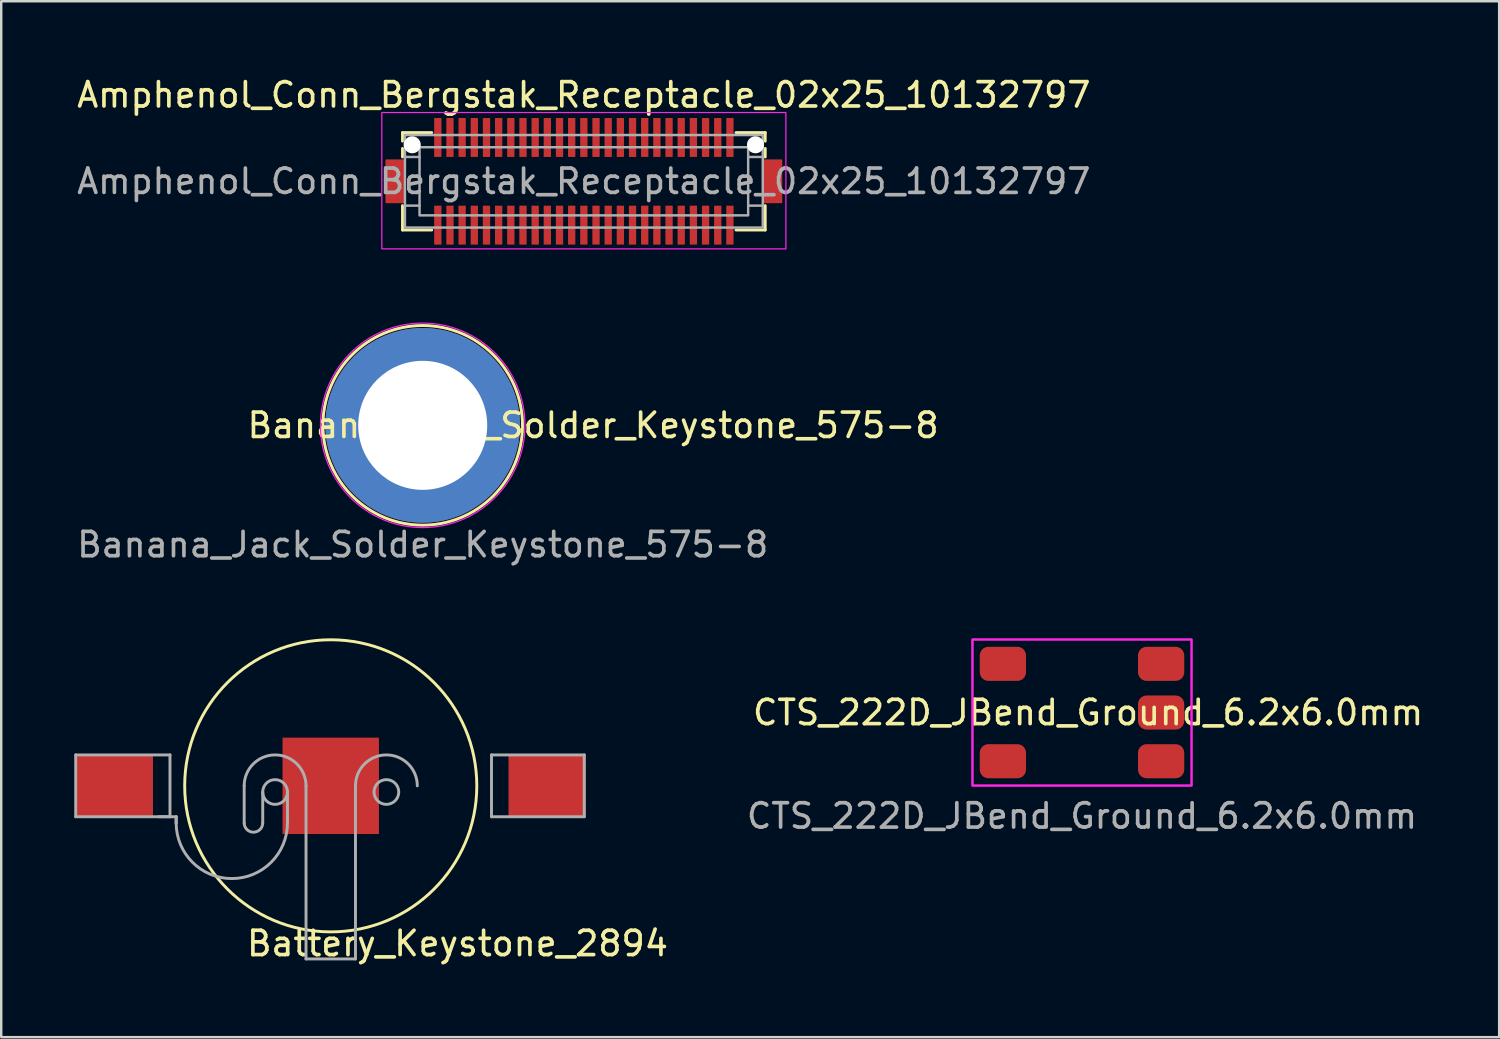
<source format=kicad_pcb>
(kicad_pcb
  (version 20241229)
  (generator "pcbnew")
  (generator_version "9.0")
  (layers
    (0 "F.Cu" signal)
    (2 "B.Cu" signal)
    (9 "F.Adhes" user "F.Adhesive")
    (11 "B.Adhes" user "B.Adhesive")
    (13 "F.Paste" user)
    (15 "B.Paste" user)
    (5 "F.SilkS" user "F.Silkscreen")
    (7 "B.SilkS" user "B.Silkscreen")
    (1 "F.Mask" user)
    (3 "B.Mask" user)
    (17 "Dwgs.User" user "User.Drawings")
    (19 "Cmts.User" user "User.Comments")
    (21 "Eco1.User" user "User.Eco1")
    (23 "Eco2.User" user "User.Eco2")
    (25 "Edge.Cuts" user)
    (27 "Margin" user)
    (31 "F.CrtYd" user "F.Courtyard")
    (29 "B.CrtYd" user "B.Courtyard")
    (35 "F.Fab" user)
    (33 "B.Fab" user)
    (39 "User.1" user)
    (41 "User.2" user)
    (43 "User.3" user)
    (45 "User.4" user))
  (footprint "CTS_222D_JBend_Ground_6.2x6.0mm"
    (layer "F.Cu")
    (at 41.399 26.221)
    (property "Reference" "CTS_222D_JBend_Ground_6.2x6.0mm" (at 0.25 0 0) (unlocked yes) (layer "F.SilkS") (effects (font (size 1 1) (thickness 0.15))))
    (attr smd)
    (fp_rect (start -4.5 -3) (end 4.5 3) (stroke (width 0.1) (type default)) (fill no) (layer "F.CrtYd"))
    (fp_text user "${REFERENCE}" (at 0 4.25 0) (unlocked yes) (layer "F.Fab") (effects (font (size 1 1) (thickness 0.15))))
    (pad "1" smd roundrect (at -3.25 -2) (size 1.9 1.4) (layers "F.Cu" "F.Mask" "F.Paste") (roundrect_rratio 0.25))
    (pad "1" smd roundrect (at 3.25 -2) (size 1.9 1.4) (layers "F.Cu" "F.Mask" "F.Paste") (roundrect_rratio 0.25))
    (pad "2" smd roundrect (at -3.25 2) (size 1.9 1.4) (layers "F.Cu" "F.Mask" "F.Paste") (roundrect_rratio 0.25))
    (pad "2" smd roundrect (at 3.25 2) (size 1.9 1.4) (layers "F.Cu" "F.Mask" "F.Paste") (roundrect_rratio 0.25))
    (pad "3" smd roundrect (at 3.25 0) (size 1.9 1.4) (layers "F.Cu" "F.Mask" "F.Paste") (roundrect_rratio 0.25)))
  (footprint "Battery_Keystone_2894"
    (layer "F.Cu")
    (at 10.537 29.232)
    (property "Reference" "Battery_Keystone_2894" (at 5.207 6.477 0) (layer "F.SilkS") (effects (font (size 1 1) (thickness 0.15))))
    (attr through_hole)
    (fp_circle (center 0 0) (end 6 0) (stroke (width 0.12) (type solid)) (fill no) (layer "F.SilkS"))
    (fp_line (start -10.477 -1.27) (end -6.604 -1.27) (stroke (width 0.12) (type solid)) (layer "F.Fab"))
    (fp_line (start -10.477 1.27) (end -10.477 -1.27) (stroke (width 0.12) (type solid)) (layer "F.Fab"))
    (fp_line (start -7.061 1.27) (end -6.35 1.27) (stroke (width 0.12) (type solid)) (layer "F.Fab"))
    (fp_line (start -6.604 -1.27) (end -6.604 1.27) (stroke (width 0.12) (type solid)) (layer "F.Fab"))
    (fp_line (start -6.604 1.27) (end -10.477 1.27) (stroke (width 0.12) (type solid)) (layer "F.Fab"))
    (fp_line (start -6.35 1.27) (end -6.35 1.524) (stroke (width 0.12) (type solid)) (layer "F.Fab"))
    (fp_line (start -6.35 1.524) (end -6.35 1.27) (stroke (width 0.12) (type solid)) (layer "F.Fab"))
    (fp_line (start -3.556 1.524) (end -3.556 0) (stroke (width 0.12) (type solid)) (layer "F.Fab"))
    (fp_line (start -2.794 1.524) (end -2.794 0.254) (stroke (width 0.12) (type solid)) (layer "F.Fab"))
    (fp_line (start -1.778 1.524) (end -1.778 0.254) (stroke (width 0.12) (type solid)) (layer "F.Fab"))
    (fp_line (start -1.016 7.112) (end -1.016 0) (stroke (width 0.12) (type solid)) (layer "F.Fab"))
    (fp_line (start 1.016 0) (end 1.016 7.112) (stroke (width 0.12) (type solid)) (layer "F.Fab"))
    (fp_line (start 1.016 7.112) (end -1.016 7.112) (stroke (width 0.12) (type solid)) (layer "F.Fab"))
    (fp_line (start 6.604 -1.27) (end 6.604 1.27) (stroke (width 0.12) (type solid)) (layer "F.Fab"))
    (fp_line (start 6.604 -1.27) (end 10.414 -1.27) (stroke (width 0.12) (type solid)) (layer "F.Fab"))
    (fp_line (start 10.414 -1.27) (end 10.414 1.27) (stroke (width 0.12) (type solid)) (layer "F.Fab"))
    (fp_line (start 10.414 1.27) (end 6.604 1.27) (stroke (width 0.12) (type solid)) (layer "F.Fab"))
    (fp_arc (start -3.556 0) (mid -2.286 -1.27) (end -1.016 0) (stroke (width 0.12) (type solid)) (layer "F.Fab"))
    (fp_arc (start -2.794 1.524) (mid -3.175 1.905) (end -3.556 1.524) (stroke (width 0.12) (type solid)) (layer "F.Fab"))
    (fp_arc (start -1.778 1.524) (mid -4.064 3.81) (end -6.35 1.524) (stroke (width 0.12) (type solid)) (layer "F.Fab"))
    (fp_arc (start 1.016 0) (mid 2.286 -1.27) (end 3.556 0) (stroke (width 0.12) (type solid)) (layer "F.Fab"))
    (fp_circle (center -2.286 0.254) (end -2.794 0.254) (stroke (width 0.12) (type solid)) (fill no) (layer "F.Fab"))
    (fp_circle (center 2.286 0.254) (end 2.794 0.254) (stroke (width 0.12) (type solid)) (fill no) (layer "F.Fab"))
    (pad "1" smd rect (at -8.89 0 90) (size 2.54 3.175) (layers "F.Cu" "F.Mask" "F.Paste"))
    (pad "1" smd rect (at 8.89 0 90) (size 2.54 3.175) (layers "F.Cu" "F.Mask" "F.Paste"))
    (pad "2" smd rect (at 0 0 90) (size 3.96 3.96) (layers "F.Cu" "F.Mask" "F.Paste")))
  (footprint "Amphenol_Conn_Bergstak_Receptacle_02x25_10132797"
    (layer "F.Cu")
    (at 20.935 4.398)
    (property "Reference" "Amphenol_Conn_Bergstak_Receptacle_02x25_10132797" (at 0 -3.55 0) (unlocked yes) (layer "F.SilkS") (effects (font (size 1 1) (thickness 0.15))))
    (attr smd)
    (fp_line (start -7.45 -2) (end -7.45 -1.65) (stroke (width 0.12) (type default)) (layer "F.SilkS"))
    (fp_line (start -7.45 -2) (end -6.25 -2) (stroke (width 0.12) (type default)) (layer "F.SilkS"))
    (fp_line (start -7.45 -1) (end -7.45 -1.35) (stroke (width 0.12) (type default)) (layer "F.SilkS"))
    (fp_line (start -7.45 1) (end -7.45 2) (stroke (width 0.12) (type default)) (layer "F.SilkS"))
    (fp_line (start -7.45 2) (end -6.25 2) (stroke (width 0.12) (type default)) (layer "F.SilkS"))
    (fp_line (start 6.25 -2) (end 7.45 -2) (stroke (width 0.12) (type default)) (layer "F.SilkS"))
    (fp_line (start 7.45 -2) (end 7.45 -1.65) (stroke (width 0.12) (type default)) (layer "F.SilkS"))
    (fp_line (start 7.45 -1.35) (end 7.45 -1) (stroke (width 0.12) (type default)) (layer "F.SilkS"))
    (fp_line (start 7.45 1) (end 7.45 2) (stroke (width 0.12) (type default)) (layer "F.SilkS"))
    (fp_line (start 7.45 2) (end 6.25 2) (stroke (width 0.12) (type default)) (layer "F.SilkS"))
    (fp_rect (start -8.3 -2.825) (end 8.3 2.775) (stroke (width 0.05) (type default)) (fill no) (layer "F.CrtYd"))
    (fp_line (start -7.35 1) (end -6.75 1) (stroke (width 0.1) (type default)) (layer "F.Fab"))
    (fp_line (start -7.3 -1) (end -6.75 -1) (stroke (width 0.1) (type default)) (layer "F.Fab"))
    (fp_line (start 6.8 -1) (end 7.35 -1) (stroke (width 0.1) (type default)) (layer "F.Fab"))
    (fp_line (start 7.35 1) (end 6.75 1) (stroke (width 0.1) (type default)) (layer "F.Fab"))
    (fp_rect (start -7.35 -1.9) (end 7.35 1.9) (stroke (width 0.1) (type default)) (fill no) (layer "F.Fab"))
    (fp_rect (start -6.75 -1.4) (end 6.75 1.4) (stroke (width 0.1) (type default)) (fill no) (layer "F.Fab"))
    (fp_text user "${REFERENCE}" (at 0 0 0) (unlocked yes) (layer "F.Fab") (effects (font (size 1 1) (thickness 0.15))))
    (pad "" smd roundrect (at -7.75 0) (size 0.8 1.8) (layers "F.Cu" "F.Mask" "F.Paste") (roundrect_rratio 0.05))
    (pad "" np_thru_hole circle (at -7.05 -1.5) (size 0.7 0.7) (drill 0.7) (layers "*.Cu" "*.Mask"))
    (pad "" np_thru_hole circle (at 7.05 -1.5) (size 0.7 0.7) (drill 0.7) (layers "*.Cu" "*.Mask"))
    (pad "" smd roundrect (at 7.75 0) (size 0.8 1.8) (layers "F.Cu" "F.Mask" "F.Paste") (roundrect_rratio 0.05))
    (pad "1" smd roundrect (at -6 1.8) (size 0.3 1.6) (layers "F.Cu" "F.Mask" "F.Paste") (roundrect_rratio 0.05))
    (pad "2" smd roundrect (at -5.5 1.8) (size 0.3 1.6) (layers "F.Cu" "F.Mask" "F.Paste") (roundrect_rratio 0.05))
    (pad "3" smd roundrect (at -5 1.8) (size 0.3 1.6) (layers "F.Cu" "F.Mask" "F.Paste") (roundrect_rratio 0.05))
    (pad "4" smd roundrect (at -4.5 1.8) (size 0.3 1.6) (layers "F.Cu" "F.Mask" "F.Paste") (roundrect_rratio 0.05))
    (pad "5" smd roundrect (at -4 1.8) (size 0.3 1.6) (layers "F.Cu" "F.Mask" "F.Paste") (roundrect_rratio 0.05))
    (pad "6" smd roundrect (at -3.5 1.8) (size 0.3 1.6) (layers "F.Cu" "F.Mask" "F.Paste") (roundrect_rratio 0.05))
    (pad "7" smd roundrect (at -3 1.8) (size 0.3 1.6) (layers "F.Cu" "F.Mask" "F.Paste") (roundrect_rratio 0.05))
    (pad "8" smd roundrect (at -2.5 1.8) (size 0.3 1.6) (layers "F.Cu" "F.Mask" "F.Paste") (roundrect_rratio 0.05))
    (pad "9" smd roundrect (at -2 1.8) (size 0.3 1.6) (layers "F.Cu" "F.Mask" "F.Paste") (roundrect_rratio 0.05))
    (pad "10" smd roundrect (at -1.5 1.8) (size 0.3 1.6) (layers "F.Cu" "F.Mask" "F.Paste") (roundrect_rratio 0.05))
    (pad "11" smd roundrect (at -1 1.8) (size 0.3 1.6) (layers "F.Cu" "F.Mask" "F.Paste") (roundrect_rratio 0.05))
    (pad "12" smd roundrect (at -0.5 1.8) (size 0.3 1.6) (layers "F.Cu" "F.Mask" "F.Paste") (roundrect_rratio 0.05))
    (pad "13" smd roundrect (at 0 1.8) (size 0.3 1.6) (layers "F.Cu" "F.Mask" "F.Paste") (roundrect_rratio 0.05))
    (pad "14" smd roundrect (at 0.5 1.8) (size 0.3 1.6) (layers "F.Cu" "F.Mask" "F.Paste") (roundrect_rratio 0.05))
    (pad "15" smd roundrect (at 1 1.8) (size 0.3 1.6) (layers "F.Cu" "F.Mask" "F.Paste") (roundrect_rratio 0.05))
    (pad "16" smd roundrect (at 1.5 1.8) (size 0.3 1.6) (layers "F.Cu" "F.Mask" "F.Paste") (roundrect_rratio 0.05))
    (pad "17" smd roundrect (at 2 1.8) (size 0.3 1.6) (layers "F.Cu" "F.Mask" "F.Paste") (roundrect_rratio 0.05))
    (pad "18" smd roundrect (at 2.5 1.8) (size 0.3 1.6) (layers "F.Cu" "F.Mask" "F.Paste") (roundrect_rratio 0.05))
    (pad "19" smd roundrect (at 3 1.8) (size 0.3 1.6) (layers "F.Cu" "F.Mask" "F.Paste") (roundrect_rratio 0.05))
    (pad "20" smd roundrect (at 3.5 1.8) (size 0.3 1.6) (layers "F.Cu" "F.Mask" "F.Paste") (roundrect_rratio 0.05))
    (pad "21" smd roundrect (at 4 1.8) (size 0.3 1.6) (layers "F.Cu" "F.Mask" "F.Paste") (roundrect_rratio 0.05))
    (pad "22" smd roundrect (at 4.5 1.8) (size 0.3 1.6) (layers "F.Cu" "F.Mask" "F.Paste") (roundrect_rratio 0.05))
    (pad "23" smd roundrect (at 5 1.8) (size 0.3 1.6) (layers "F.Cu" "F.Mask" "F.Paste") (roundrect_rratio 0.05))
    (pad "24" smd roundrect (at 5.5 1.8) (size 0.3 1.6) (layers "F.Cu" "F.Mask" "F.Paste") (roundrect_rratio 0.05))
    (pad "25" smd roundrect (at 6 1.8) (size 0.3 1.6) (layers "F.Cu" "F.Mask" "F.Paste") (roundrect_rratio 0.05))
    (pad "26" smd roundrect (at 6 -1.8) (size 0.3 1.6) (layers "F.Cu" "F.Mask" "F.Paste") (roundrect_rratio 0.05))
    (pad "27" smd roundrect (at 5.5 -1.8) (size 0.3 1.6) (layers "F.Cu" "F.Mask" "F.Paste") (roundrect_rratio 0.05))
    (pad "28" smd roundrect (at 5 -1.8) (size 0.3 1.6) (layers "F.Cu" "F.Mask" "F.Paste") (roundrect_rratio 0.05))
    (pad "29" smd roundrect (at 4.5 -1.8) (size 0.3 1.6) (layers "F.Cu" "F.Mask" "F.Paste") (roundrect_rratio 0.05))
    (pad "30" smd roundrect (at 4 -1.8) (size 0.3 1.6) (layers "F.Cu" "F.Mask" "F.Paste") (roundrect_rratio 0.05))
    (pad "31" smd roundrect (at 3.5 -1.8) (size 0.3 1.6) (layers "F.Cu" "F.Mask" "F.Paste") (roundrect_rratio 0.05))
    (pad "32" smd roundrect (at 3 -1.8) (size 0.3 1.6) (layers "F.Cu" "F.Mask" "F.Paste") (roundrect_rratio 0.05))
    (pad "33" smd roundrect (at 2.5 -1.8) (size 0.3 1.6) (layers "F.Cu" "F.Mask" "F.Paste") (roundrect_rratio 0.05))
    (pad "34" smd roundrect (at 2 -1.8) (size 0.3 1.6) (layers "F.Cu" "F.Mask" "F.Paste") (roundrect_rratio 0.05))
    (pad "35" smd roundrect (at 1.5 -1.8) (size 0.3 1.6) (layers "F.Cu" "F.Mask" "F.Paste") (roundrect_rratio 0.05))
    (pad "36" smd roundrect (at 1 -1.8) (size 0.3 1.6) (layers "F.Cu" "F.Mask" "F.Paste") (roundrect_rratio 0.05))
    (pad "37" smd roundrect (at 0.5 -1.8) (size 0.3 1.6) (layers "F.Cu" "F.Mask" "F.Paste") (roundrect_rratio 0.05))
    (pad "38" smd roundrect (at 0 -1.8) (size 0.3 1.6) (layers "F.Cu" "F.Mask" "F.Paste") (roundrect_rratio 0.05))
    (pad "39" smd roundrect (at -0.5 -1.8) (size 0.3 1.6) (layers "F.Cu" "F.Mask" "F.Paste") (roundrect_rratio 0.05))
    (pad "40" smd roundrect (at -1 -1.8) (size 0.3 1.6) (layers "F.Cu" "F.Mask" "F.Paste") (roundrect_rratio 0.05))
    (pad "41" smd roundrect (at -1.5 -1.8) (size 0.3 1.6) (layers "F.Cu" "F.Mask" "F.Paste") (roundrect_rratio 0.05))
    (pad "42" smd roundrect (at -2 -1.8) (size 0.3 1.6) (layers "F.Cu" "F.Mask" "F.Paste") (roundrect_rratio 0.05))
    (pad "43" smd roundrect (at -2.5 -1.8) (size 0.3 1.6) (layers "F.Cu" "F.Mask" "F.Paste") (roundrect_rratio 0.05))
    (pad "44" smd roundrect (at -3 -1.8) (size 0.3 1.6) (layers "F.Cu" "F.Mask" "F.Paste") (roundrect_rratio 0.05))
    (pad "45" smd roundrect (at -3.5 -1.8) (size 0.3 1.6) (layers "F.Cu" "F.Mask" "F.Paste") (roundrect_rratio 0.05))
    (pad "46" smd roundrect (at -4 -1.8) (size 0.3 1.6) (layers "F.Cu" "F.Mask" "F.Paste") (roundrect_rratio 0.05))
    (pad "47" smd roundrect (at -4.5 -1.8) (size 0.3 1.6) (layers "F.Cu" "F.Mask" "F.Paste") (roundrect_rratio 0.05))
    (pad "48" smd roundrect (at -5 -1.8) (size 0.3 1.6) (layers "F.Cu" "F.Mask" "F.Paste") (roundrect_rratio 0.05))
    (pad "49" smd roundrect (at -5.5 -1.8) (size 0.3 1.6) (layers "F.Cu" "F.Mask" "F.Paste") (roundrect_rratio 0.05))
    (pad "50" smd roundrect (at -6 -1.8) (size 0.3 1.6) (layers "F.Cu" "F.Mask" "F.Paste") (roundrect_rratio 0.05)))
  (footprint "Banana_Jack_Solder_Keystone_575-8"
    (layer "F.Cu")
    (at 14.315 14.423)
    (property "Reference" "Banana_Jack_Solder_Keystone_575-8" (at 7 0 0) (unlocked yes) (layer "F.SilkS") (effects (font (size 1 1) (thickness 0.15))))
    (attr through_hole)
    (fp_circle (center 0 0) (end 4.1 0) (stroke (width 0.12) (type default)) (fill no) (layer "F.SilkS"))
    (fp_circle (center 0 0) (end 4.2 0) (stroke (width 0.05) (type default)) (fill no) (layer "F.CrtYd"))
    (fp_text user "${REFERENCE}" (at 0 4.9 0) (unlocked yes) (layer "F.Fab") (effects (font (size 1 1) (thickness 0.15))))
    (pad "1" thru_hole circle (at 0 0) (size 8 8) (drill 5.3) (layers "*.Cu" "*.Mask")))
  (gr_rect
    (start -3 -3)
    (end 58.536 39.557)
    (stroke (width 0.1) (type default))
    (fill no)
    (layer "Edge.Cuts")))
</source>
